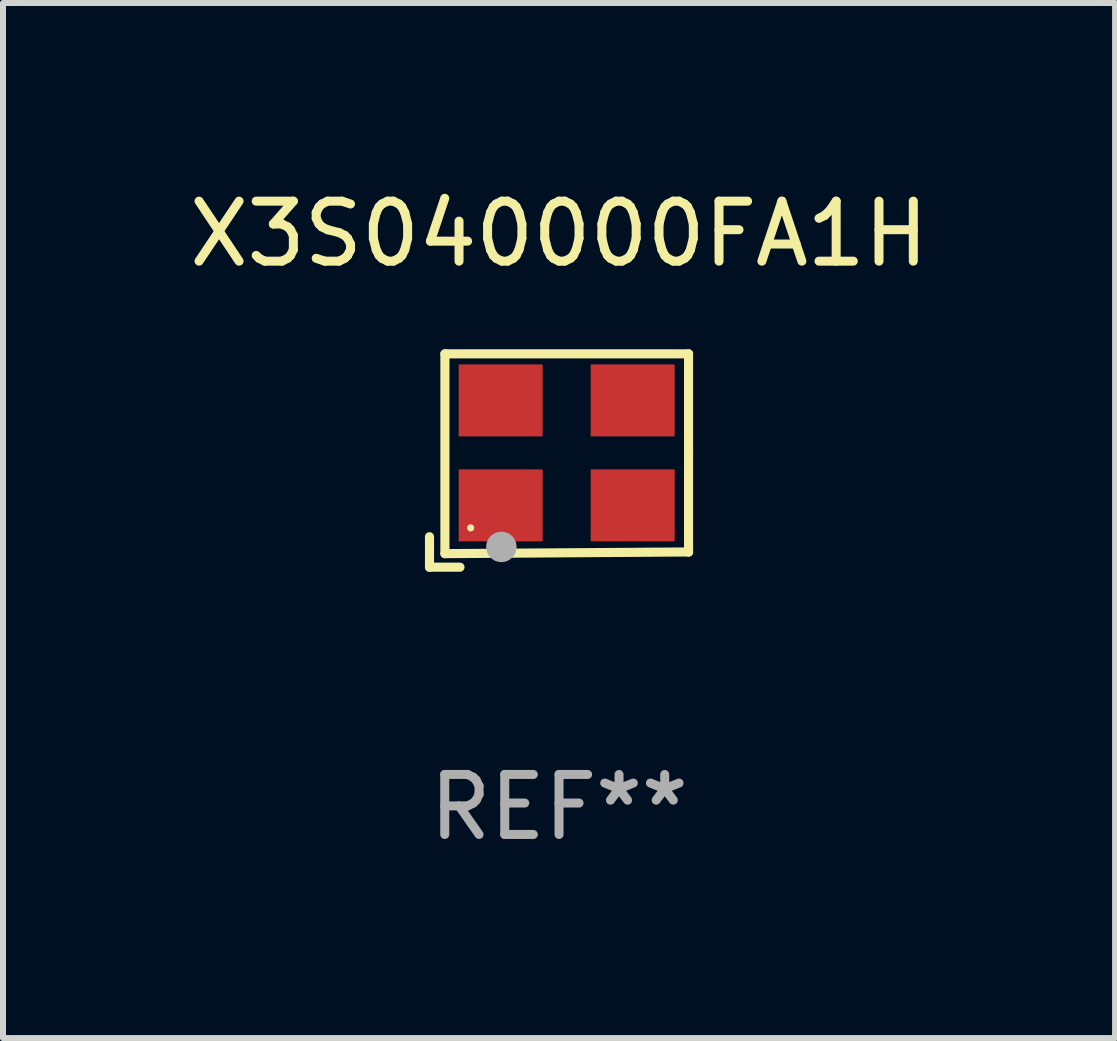
<source format=kicad_pcb>
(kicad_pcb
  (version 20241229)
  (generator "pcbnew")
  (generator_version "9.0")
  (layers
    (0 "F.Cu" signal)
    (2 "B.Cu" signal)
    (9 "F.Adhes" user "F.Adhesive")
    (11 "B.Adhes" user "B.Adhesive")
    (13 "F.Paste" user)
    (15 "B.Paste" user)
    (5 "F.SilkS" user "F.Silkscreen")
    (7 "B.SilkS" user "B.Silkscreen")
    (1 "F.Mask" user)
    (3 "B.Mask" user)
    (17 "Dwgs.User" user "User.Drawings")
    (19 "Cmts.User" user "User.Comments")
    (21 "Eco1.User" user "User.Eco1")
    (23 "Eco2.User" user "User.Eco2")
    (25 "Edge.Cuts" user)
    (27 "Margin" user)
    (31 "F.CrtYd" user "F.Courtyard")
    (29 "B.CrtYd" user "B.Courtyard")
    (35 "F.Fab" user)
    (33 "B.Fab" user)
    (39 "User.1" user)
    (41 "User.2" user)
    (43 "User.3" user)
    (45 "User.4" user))
  (footprint "X3S040000FA1H"
    (layer "F.Cu")
    (at 6.268 4.626)
    (property "Reference" "X3S040000FA1H" (at 0 -3.778 0) (layer "F.SilkS") (effects (font (size 1 1) (thickness 0.15))))
    (attr through_hole)
    (fp_line (start -2.159 1.27) (end -2.159 1.778) (stroke (width 0.152) (type solid)) (layer "F.SilkS"))
    (fp_line (start -2.159 1.778) (end -1.651 1.778) (stroke (width 0.152) (type solid)) (layer "F.SilkS"))
    (fp_line (start -1.902 -1.778) (end 2.159 -1.778) (stroke (width 0.152) (type solid)) (layer "F.SilkS"))
    (fp_line (start -1.902 1.552) (end -1.902 -1.778) (stroke (width 0.152) (type solid)) (layer "F.SilkS"))
    (fp_line (start 2.159 -1.778) (end 2.159 -0.127) (stroke (width 0.152) (type solid)) (layer "F.SilkS"))
    (fp_line (start 2.159 -0.127) (end 2.159 1.524) (stroke (width 0.152) (type solid)) (layer "F.SilkS"))
    (fp_line (start 2.159 1.524) (end -1.902 1.552) (stroke (width 0.152) (type solid)) (layer "F.SilkS"))
    (fp_line (start 2.159 1.524) (end 2.159 1.524) (stroke (width 0.152) (type solid)) (layer "F.SilkS"))
    (fp_circle (center -1.473 1.123) (end -1.443 1.123) (stroke (width 0.06) (type solid)) (fill no) (layer "F.SilkS"))
    (fp_circle (center -0.961 1.44) (end -0.834 1.44) (stroke (width 0.254) (type solid)) (fill no) (layer "F.Fab"))
    (fp_text user "REF**" (at 0 5.778 0) (layer "F.Fab") (effects (font (size 1 1) (thickness 0.15))))
    (pad "1" smd rect (at -0.973 0.748) (size 1.4 1.2) (layers "F.Cu" "F.Mask" "F.Paste"))
    (pad "2" smd rect (at 1.227 0.748) (size 1.4 1.2) (layers "F.Cu" "F.Mask" "F.Paste"))
    (pad "3" smd rect (at 1.227 -1.002) (size 1.4 1.2) (layers "F.Cu" "F.Mask" "F.Paste"))
    (pad "4" smd rect (at -0.973 -1.002) (size 1.4 1.2) (layers "F.Cu" "F.Mask" "F.Paste")))
  (gr_rect
    (start -3 -3)
    (end 15.536 14.253)
    (stroke (width 0.1) (type default))
    (fill no)
    (layer "Edge.Cuts")))
</source>
